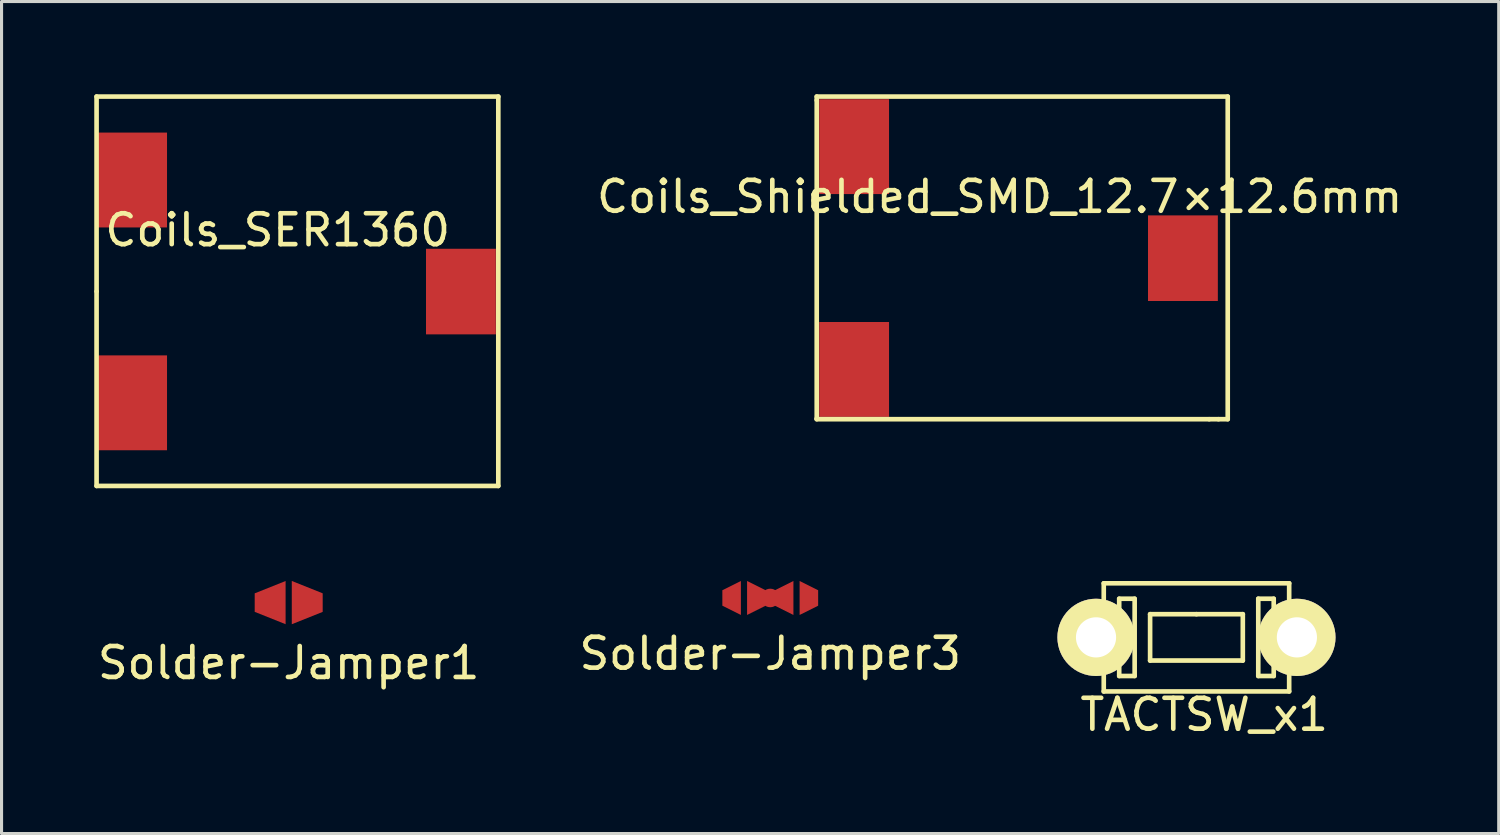
<source format=kicad_pcb>
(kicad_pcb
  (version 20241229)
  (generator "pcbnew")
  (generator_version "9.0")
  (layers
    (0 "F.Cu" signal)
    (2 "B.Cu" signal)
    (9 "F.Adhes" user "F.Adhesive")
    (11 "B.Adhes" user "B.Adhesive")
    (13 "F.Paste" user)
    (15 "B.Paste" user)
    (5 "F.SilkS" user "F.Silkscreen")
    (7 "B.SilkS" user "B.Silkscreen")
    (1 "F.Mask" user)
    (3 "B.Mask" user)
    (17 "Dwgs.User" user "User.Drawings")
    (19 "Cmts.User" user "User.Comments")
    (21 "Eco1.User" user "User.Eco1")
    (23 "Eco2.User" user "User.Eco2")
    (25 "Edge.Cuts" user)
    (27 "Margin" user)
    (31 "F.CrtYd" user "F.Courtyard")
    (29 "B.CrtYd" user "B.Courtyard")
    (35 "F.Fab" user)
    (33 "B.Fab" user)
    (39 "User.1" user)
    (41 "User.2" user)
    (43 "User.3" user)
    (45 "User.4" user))
  (footprint "Solder-Jamper1"
    (layer "F.Cu")
    (at 6.292 16.45)
    (property "Reference" "Solder-Jamper1" (at 0 1.95 0) (layer "F.SilkS") (effects (font (size 1 1) (thickness 0.15))))
    (attr through_hole)
    (pad "1" smd trapezoid (at -0.6 0 90) (size 1 1) (rect_delta 0 0.4) (layers "F.Cu" "F.Mask" "F.Paste"))
    (pad "2" smd trapezoid (at 0.6 0 270) (size 1 1) (rect_delta 0 0.4) (layers "F.Cu" "F.Mask" "F.Paste")))
  (footprint "TACTSW_x1"
    (layer "F.Cu")
    (at 32.417 17.575)
    (property "Reference" "TACTSW_x1" (at 3.5 2.5 0) (layer "F.SilkS") (effects (font (size 1 1) (thickness 0.15))))
    (attr through_hole)
    (fp_line (start 0.25 -1.75) (end 6.25 -1.75) (stroke (width 0.15) (type solid)) (layer "F.SilkS"))
    (fp_line (start 0.25 1.75) (end 0.25 -1.75) (stroke (width 0.15) (type solid)) (layer "F.SilkS"))
    (fp_line (start 0.75 -1.25) (end 1.25 -1.25) (stroke (width 0.15) (type solid)) (layer "F.SilkS"))
    (fp_line (start 0.75 1.25) (end 0.75 -1.25) (stroke (width 0.15) (type solid)) (layer "F.SilkS"))
    (fp_line (start 1.25 -1.25) (end 1.25 1.25) (stroke (width 0.15) (type solid)) (layer "F.SilkS"))
    (fp_line (start 1.25 1.25) (end 0.75 1.25) (stroke (width 0.15) (type solid)) (layer "F.SilkS"))
    (fp_line (start 1.75 -0.75) (end 3.25 -0.75) (stroke (width 0.15) (type solid)) (layer "F.SilkS"))
    (fp_line (start 1.75 0.75) (end 1.75 -0.75) (stroke (width 0.15) (type solid)) (layer "F.SilkS"))
    (fp_line (start 3.25 -0.75) (end 4.75 -0.75) (stroke (width 0.15) (type solid)) (layer "F.SilkS"))
    (fp_line (start 4.75 -0.75) (end 4.75 0.75) (stroke (width 0.15) (type solid)) (layer "F.SilkS"))
    (fp_line (start 4.75 0.75) (end 1.75 0.75) (stroke (width 0.15) (type solid)) (layer "F.SilkS"))
    (fp_line (start 5.25 -1.25) (end 5.25 1.25) (stroke (width 0.15) (type solid)) (layer "F.SilkS"))
    (fp_line (start 5.25 1.25) (end 5.75 1.25) (stroke (width 0.15) (type solid)) (layer "F.SilkS"))
    (fp_line (start 5.75 -1.25) (end 5.25 -1.25) (stroke (width 0.15) (type solid)) (layer "F.SilkS"))
    (fp_line (start 5.75 1.25) (end 5.75 -1.25) (stroke (width 0.15) (type solid)) (layer "F.SilkS"))
    (fp_line (start 6.25 -1.75) (end 6.25 1.75) (stroke (width 0.15) (type solid)) (layer "F.SilkS"))
    (fp_line (start 6.25 1.75) (end 0.25 1.75) (stroke (width 0.15) (type solid)) (layer "F.SilkS"))
    (pad "1" thru_hole circle (at 0 0) (size 2.5 2.5) (drill 1.3) (layers "*.Cu" "*.Mask" "F.SilkS"))
    (pad "2" thru_hole circle (at 6.5 0) (size 2.5 2.5) (drill 1.3) (layers "*.Cu" "*.Mask" "F.SilkS")))
  (footprint "Solder-Jamper3"
    (layer "F.Cu")
    (at 21.875 16.3)
    (property "Reference" "Solder-Jamper3" (at 0 1.8 0) (layer "F.SilkS") (effects (font (size 1 1) (thickness 0.15))))
    (attr through_hole)
    (pad "1" smd trapezoid (at -1.25 0 90) (size 0.8 0.6) (rect_delta 0 0.3) (layers "F.Cu" "F.Mask" "F.Paste"))
    (pad "2" smd trapezoid (at -0.45 0 270) (size 0.8 0.6) (rect_delta 0 0.3) (layers "F.Cu" "F.Mask" "F.Paste"))
    (pad "2" smd circle (at 0 0 270) (size 0.6 0.6) (layers "F.Cu" "F.Mask" "F.Paste"))
    (pad "2" smd trapezoid (at 0.45 0 90) (size 0.8 0.6) (rect_delta 0 0.3) (layers "F.Cu" "F.Mask" "F.Paste"))
    (pad "3" smd trapezoid (at 1.25 0 270) (size 0.8 0.6) (rect_delta 0 0.3) (layers "F.Cu" "F.Mask" "F.Paste")))
  (footprint "Coils_SER1360"
    (layer "F.Cu")
    (at 1.225 2.775)
    (property "Reference" "Coils_SER1360" (at 4.71 1.62 0) (layer "F.SilkS") (effects (font (size 1 1) (thickness 0.15))))
    (attr through_hole)
    (fp_line (start -1.15 -2.7) (end 11.85 -2.7) (stroke (width 0.15) (type solid)) (layer "F.SilkS"))
    (fp_line (start -1.15 3.6) (end -1.15 -2.7) (stroke (width 0.15) (type solid)) (layer "F.SilkS"))
    (fp_line (start -1.15 9.9) (end -1.15 3.61) (stroke (width 0.15) (type solid)) (layer "F.SilkS"))
    (fp_line (start 11.85 -2.7) (end 11.85 9.9) (stroke (width 0.15) (type solid)) (layer "F.SilkS"))
    (fp_line (start 11.85 9.9) (end -1.15 9.9) (stroke (width 0.15) (type solid)) (layer "F.SilkS"))
    (pad "" smd rect (at 10.64 3.61) (size 2.26 2.77) (layers "F.Cu" "F.Mask" "F.Paste"))
    (pad "1" smd rect (at 0 0) (size 2.26 3.07) (layers "F.Cu" "F.Mask" "F.Paste"))
    (pad "2" smd rect (at 0 7.21) (size 2.26 3.07) (layers "F.Cu" "F.Mask" "F.Paste")))
  (footprint "Coils_Shielded_SMD_12.7×12.6mm"
    (layer "F.Cu")
    (at 24.589 1.695)
    (property "Reference" "Coils_Shielded_SMD_12.7×12.6mm" (at 4.71 1.62 0) (layer "F.SilkS") (effects (font (size 1 1) (thickness 0.15))))
    (attr through_hole)
    (fp_line (start -1.21 -1.62) (end -1.21 -1.5) (stroke (width 0.15) (type solid)) (layer "F.SilkS"))
    (fp_line (start -1.21 -1.62) (end 12.09 -1.62) (stroke (width 0.15) (type solid)) (layer "F.SilkS"))
    (fp_line (start -1.21 -1.5) (end -1.21 8.8) (stroke (width 0.15) (type solid)) (layer "F.SilkS"))
    (fp_line (start -1.21 8.8) (end -1.21 8.82) (stroke (width 0.15) (type solid)) (layer "F.SilkS"))
    (fp_line (start -1.21 8.82) (end 11.49 8.82) (stroke (width 0.15) (type solid)) (layer "F.SilkS"))
    (fp_line (start 11.49 8.82) (end 11.79 8.82) (stroke (width 0.15) (type solid)) (layer "F.SilkS"))
    (fp_line (start 11.79 8.82) (end 12.09 8.82) (stroke (width 0.15) (type solid)) (layer "F.SilkS"))
    (fp_line (start 12.09 -1.62) (end 12.09 8.82) (stroke (width 0.15) (type solid)) (layer "F.SilkS"))
    (pad "" smd rect (at 10.64 3.61) (size 2.26 2.77) (layers "F.Cu" "F.Mask" "F.Paste"))
    (pad "1" smd rect (at 0 0) (size 2.26 3.07) (layers "F.Cu" "F.Mask" "F.Paste"))
    (pad "2" smd rect (at 0 7.21) (size 2.26 3.07) (layers "F.Cu" "F.Mask" "F.Paste")))
  (gr_rect
    (start -3 -3)
    (end 45.448 23.923)
    (stroke (width 0.1) (type default))
    (fill no)
    (layer "Edge.Cuts")))
</source>
